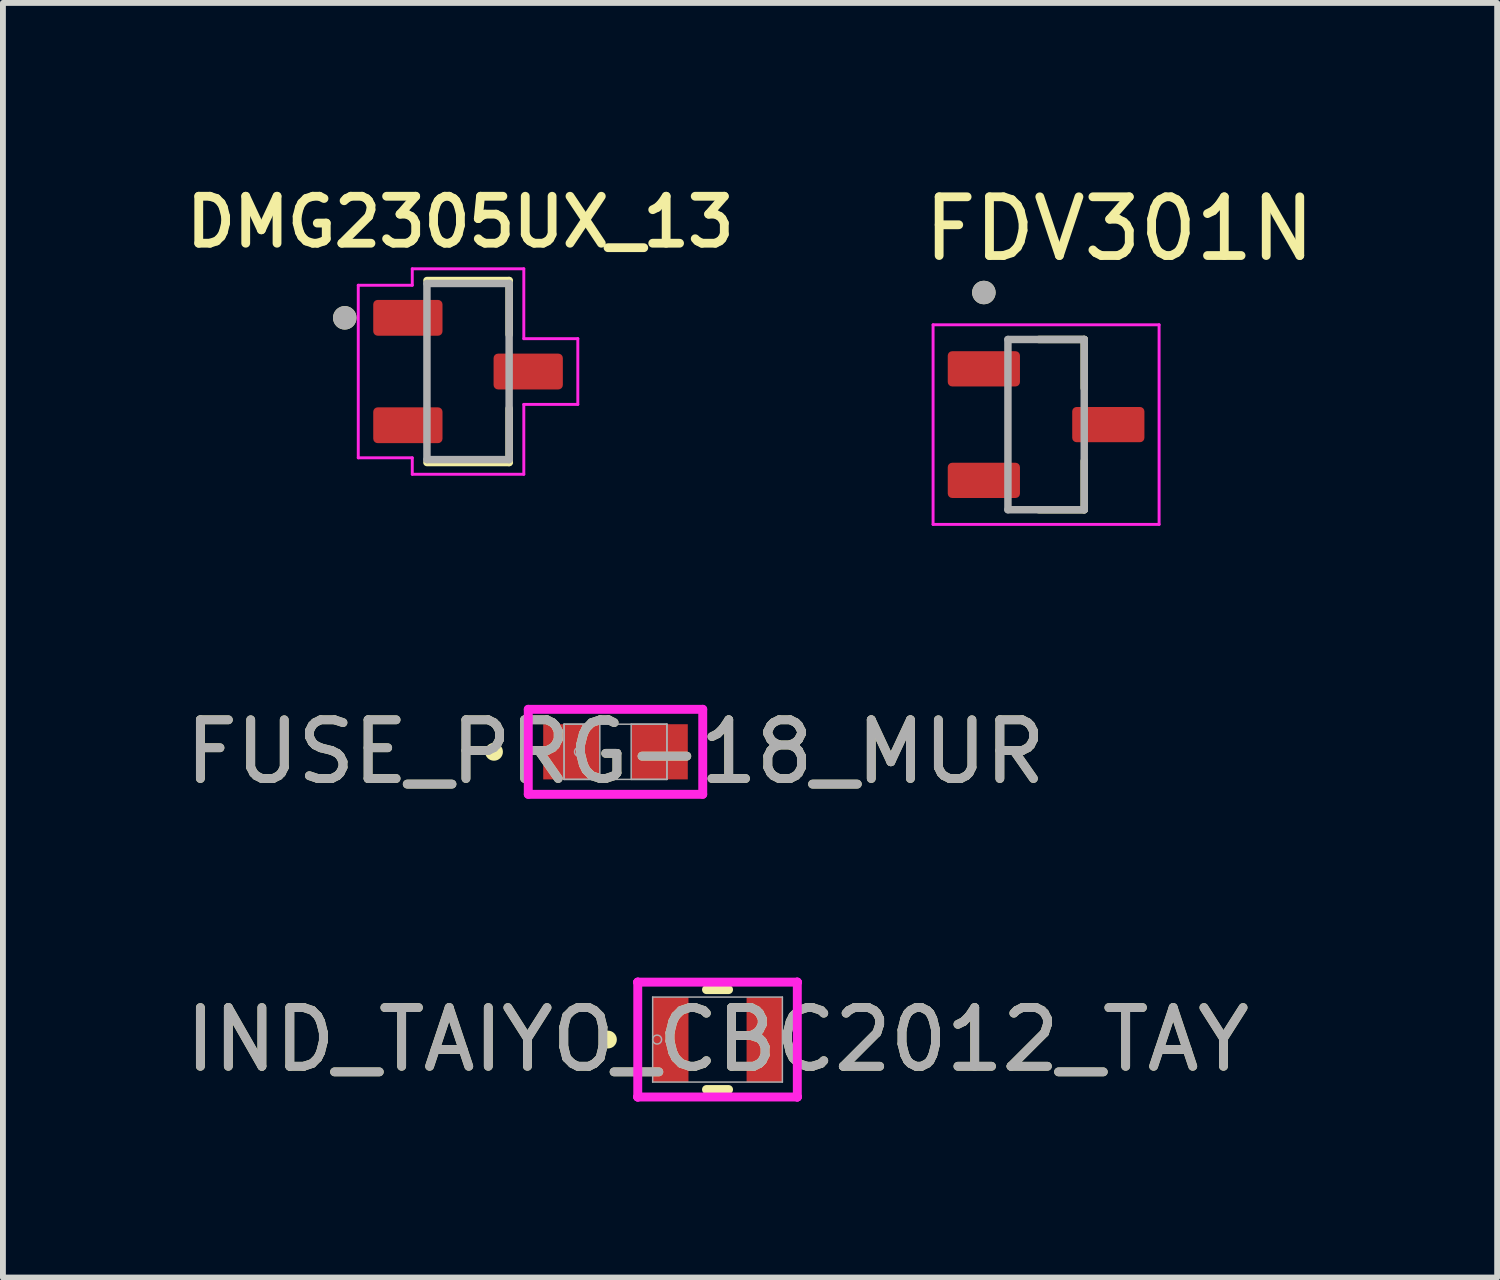
<source format=kicad_pcb>
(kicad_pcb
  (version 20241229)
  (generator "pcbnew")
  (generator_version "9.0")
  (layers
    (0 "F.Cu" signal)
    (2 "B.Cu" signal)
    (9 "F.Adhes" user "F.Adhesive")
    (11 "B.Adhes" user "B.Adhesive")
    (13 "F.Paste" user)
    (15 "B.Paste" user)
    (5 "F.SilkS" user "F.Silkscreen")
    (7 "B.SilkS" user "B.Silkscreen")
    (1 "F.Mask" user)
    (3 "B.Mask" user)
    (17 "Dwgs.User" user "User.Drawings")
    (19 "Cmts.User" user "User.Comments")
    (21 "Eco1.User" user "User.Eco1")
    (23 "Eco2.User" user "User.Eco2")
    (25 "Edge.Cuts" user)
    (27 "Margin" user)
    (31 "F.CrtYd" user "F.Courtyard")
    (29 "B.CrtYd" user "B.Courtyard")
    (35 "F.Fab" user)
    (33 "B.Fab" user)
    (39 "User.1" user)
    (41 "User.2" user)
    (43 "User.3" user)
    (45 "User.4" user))
  (footprint "FUSE_PRG-18_MUR"
    (layer "F.Cu")
    (at 7.435 9.757)
    (property "Reference" "FUSE_PRG-18_MUR" (at 0 0 0) (unlocked yes) (layer "F.SilkS") (effects (font (size 1 1) (thickness 0.15))))
    (attr smd)
    (fp_circle (center -2.07 0) (end -1.994 0) (stroke (width 0.152) (type solid)) (fill no) (layer "F.SilkS"))
    (fp_line (start -1.486 -0.724) (end 1.486 -0.724) (stroke (width 0.152) (type solid)) (layer "F.CrtYd"))
    (fp_line (start -1.486 0.724) (end -1.486 -0.724) (stroke (width 0.152) (type solid)) (layer "F.CrtYd"))
    (fp_line (start 1.486 -0.724) (end 1.486 0.724) (stroke (width 0.152) (type solid)) (layer "F.CrtYd"))
    (fp_line (start 1.486 0.724) (end -1.486 0.724) (stroke (width 0.152) (type solid)) (layer "F.CrtYd"))
    (fp_line (start -0.876 -0.47) (end -0.876 0.47) (stroke (width 0.025) (type solid)) (layer "F.Fab"))
    (fp_line (start -0.876 -0.47) (end -0.876 0.47) (stroke (width 0.025) (type solid)) (layer "F.Fab"))
    (fp_line (start -0.876 0.47) (end -0.267 0.47) (stroke (width 0.025) (type solid)) (layer "F.Fab"))
    (fp_line (start -0.876 0.47) (end 0.876 0.47) (stroke (width 0.025) (type solid)) (layer "F.Fab"))
    (fp_line (start -0.267 -0.47) (end -0.876 -0.47) (stroke (width 0.025) (type solid)) (layer "F.Fab"))
    (fp_line (start -0.267 0.47) (end -0.267 -0.47) (stroke (width 0.025) (type solid)) (layer "F.Fab"))
    (fp_line (start 0.267 -0.47) (end 0.267 0.47) (stroke (width 0.025) (type solid)) (layer "F.Fab"))
    (fp_line (start 0.267 0.47) (end 0.876 0.47) (stroke (width 0.025) (type solid)) (layer "F.Fab"))
    (fp_line (start 0.876 -0.47) (end -0.876 -0.47) (stroke (width 0.025) (type solid)) (layer "F.Fab"))
    (fp_line (start 0.876 -0.47) (end 0.267 -0.47) (stroke (width 0.025) (type solid)) (layer "F.Fab"))
    (fp_line (start 0.876 0.47) (end 0.876 -0.47) (stroke (width 0.025) (type solid)) (layer "F.Fab"))
    (fp_line (start 0.876 0.47) (end 0.876 -0.47) (stroke (width 0.025) (type solid)) (layer "F.Fab"))
    (fp_circle (center -0.622 0) (end -0.546 0) (stroke (width 0.025) (type solid)) (fill no) (layer "F.Fab"))
    (fp_text user "${REFERENCE}" (at 0 0 0) (unlocked yes) (layer "F.Fab") (effects (font (size 1 1) (thickness 0.15))))
    (pad "1" smd rect (at -0.749 0) (size 0.965 0.94) (layers "F.Cu" "F.Mask" "F.Paste"))
    (pad "2" smd rect (at 0.749 0) (size 0.965 0.94) (layers "F.Cu" "F.Mask" "F.Paste"))
    (zone (net_name "") (layer "F.Cu") (hatch full 0.508) (connect_pads) (min_thickness 0.254) (filled_areas_thickness no) (keepout (tracks not_allowed) (vias not_allowed) (pads allowed) (copperpour not_allowed) (footprints allowed)) (placement (enabled no)) (fill) (polygon (pts (xy 7.219 9.337) (xy 7.65 9.337) (xy 7.65 10.176) (xy 7.219 10.176)))))
  (footprint "FDV301N"
    (layer "F.Cu")
    (at 14.77 4.183)
    (property "Reference" "FDV301N" (at 1.25 -3.335 0) (layer "F.SilkS") (effects (font (size 1 1) (thickness 0.15))))
    (attr smd)
    (fp_line (start -0.125 -1.45) (end 0.65 -1.45) (stroke (width 0.127) (type solid)) (layer "F.SilkS"))
    (fp_line (start 0.65 -1.45) (end 0.65 -0.62) (stroke (width 0.127) (type solid)) (layer "F.SilkS"))
    (fp_line (start 0.65 1.45) (end -0.125 1.45) (stroke (width 0.127) (type solid)) (layer "F.SilkS"))
    (fp_line (start 0.65 1.45) (end 0.65 0.62) (stroke (width 0.127) (type solid)) (layer "F.SilkS"))
    (fp_circle (center -1.06 -2.25) (end -0.96 -2.25) (stroke (width 0.2) (type solid)) (fill no) (layer "F.SilkS"))
    (fp_line (start -1.925 -1.7) (end -1.925 1.7) (stroke (width 0.05) (type solid)) (layer "F.CrtYd"))
    (fp_line (start -1.925 1.7) (end 1.925 1.7) (stroke (width 0.05) (type solid)) (layer "F.CrtYd"))
    (fp_line (start 1.925 -1.7) (end -1.925 -1.7) (stroke (width 0.05) (type solid)) (layer "F.CrtYd"))
    (fp_line (start 1.925 1.7) (end 1.925 -1.7) (stroke (width 0.05) (type solid)) (layer "F.CrtYd"))
    (fp_line (start -0.65 -1.45) (end 0.65 -1.45) (stroke (width 0.127) (type solid)) (layer "F.Fab"))
    (fp_line (start -0.65 1.45) (end -0.65 -1.45) (stroke (width 0.127) (type solid)) (layer "F.Fab"))
    (fp_line (start 0.65 -1.45) (end 0.65 1.45) (stroke (width 0.127) (type solid)) (layer "F.Fab"))
    (fp_line (start 0.65 1.45) (end -0.65 1.45) (stroke (width 0.127) (type solid)) (layer "F.Fab"))
    (fp_circle (center -1.06 -2.25) (end -0.96 -2.25) (stroke (width 0.2) (type solid)) (fill no) (layer "F.Fab"))
    (pad "1" smd roundrect (at -1.06 -0.95) (size 1.23 0.6) (layers "F.Cu" "F.Mask" "F.Paste") (roundrect_rratio 0.125))
    (pad "2" smd roundrect (at -1.06 0.95) (size 1.23 0.6) (layers "F.Cu" "F.Mask" "F.Paste") (roundrect_rratio 0.125))
    (pad "3" smd roundrect (at 1.06 0) (size 1.23 0.6) (layers "F.Cu" "F.Mask" "F.Paste") (roundrect_rratio 0.125)))
  (footprint "IND_TAIYO_CBC2012_TAY"
    (layer "F.Cu")
    (at 9.173 14.659)
    (property "Reference" "IND_TAIYO_CBC2012_TAY" (at 0 0 0) (unlocked yes) (layer "F.SilkS") (effects (font (size 1 1) (thickness 0.15))))
    (attr smd)
    (fp_line (start -0.188 0.851) (end 0.188 0.851) (stroke (width 0.152) (type solid)) (layer "F.SilkS"))
    (fp_line (start 0.188 -0.851) (end -0.188 -0.851) (stroke (width 0.152) (type solid)) (layer "F.SilkS"))
    (fp_circle (center -1.867 0) (end -1.791 0) (stroke (width 0.152) (type solid)) (fill no) (layer "F.SilkS"))
    (fp_line (start -1.359 -0.978) (end -1.359 -0.978) (stroke (width 0.152) (type solid)) (layer "F.CrtYd"))
    (fp_line (start -1.359 -0.978) (end -1.359 -0.978) (stroke (width 0.152) (type solid)) (layer "F.CrtYd"))
    (fp_line (start -1.359 -0.978) (end 1.359 -0.978) (stroke (width 0.152) (type solid)) (layer "F.CrtYd"))
    (fp_line (start -1.359 0.978) (end -1.359 -0.978) (stroke (width 0.152) (type solid)) (layer "F.CrtYd"))
    (fp_line (start -1.359 0.978) (end -1.359 0.978) (stroke (width 0.152) (type solid)) (layer "F.CrtYd"))
    (fp_line (start -1.359 0.978) (end -1.359 0.978) (stroke (width 0.152) (type solid)) (layer "F.CrtYd"))
    (fp_line (start 1.359 -0.978) (end 1.359 -0.978) (stroke (width 0.152) (type solid)) (layer "F.CrtYd"))
    (fp_line (start 1.359 -0.978) (end 1.359 -0.978) (stroke (width 0.152) (type solid)) (layer "F.CrtYd"))
    (fp_line (start 1.359 -0.978) (end 1.359 0.978) (stroke (width 0.152) (type solid)) (layer "F.CrtYd"))
    (fp_line (start 1.359 0.978) (end -1.359 0.978) (stroke (width 0.152) (type solid)) (layer "F.CrtYd"))
    (fp_line (start 1.359 0.978) (end 1.359 0.978) (stroke (width 0.152) (type solid)) (layer "F.CrtYd"))
    (fp_line (start 1.359 0.978) (end 1.359 0.978) (stroke (width 0.152) (type solid)) (layer "F.CrtYd"))
    (fp_line (start -1.105 -0.724) (end -1.105 0.724) (stroke (width 0.025) (type solid)) (layer "F.Fab"))
    (fp_line (start -1.105 0.724) (end 1.105 0.724) (stroke (width 0.025) (type solid)) (layer "F.Fab"))
    (fp_line (start 1.105 -0.724) (end -1.105 -0.724) (stroke (width 0.025) (type solid)) (layer "F.Fab"))
    (fp_line (start 1.105 0.724) (end 1.105 -0.724) (stroke (width 0.025) (type solid)) (layer "F.Fab"))
    (fp_circle (center -1.029 0) (end -0.953 0) (stroke (width 0.025) (type solid)) (fill no) (layer "F.Fab"))
    (fp_text user "${REFERENCE}" (at 0 0 0) (unlocked yes) (layer "F.Fab") (effects (font (size 1 1) (thickness 0.15))))
    (pad "1" smd rect (at -0.8 0) (size 0.61 1.448) (layers "F.Cu" "F.Mask" "F.Paste"))
    (pad "2" smd rect (at 0.8 0) (size 0.61 1.448) (layers "F.Cu" "F.Mask" "F.Paste"))
    (zone (net_name "") (layer "F.Cu") (hatch full 0.508) (connect_pads) (min_thickness 0.254) (filled_areas_thickness no) (keepout (tracks not_allowed) (vias not_allowed) (pads allowed) (copperpour not_allowed) (footprints allowed)) (placement (enabled no)) (fill) (polygon (pts (xy 8.728 13.986) (xy 9.617 13.986) (xy 9.617 15.332) (xy 8.728 15.332)))))
  (footprint "DMG2305UX_13"
    (layer "F.Cu")
    (at 4.923 3.279)
    (property "Reference" "DMG2305UX_13" (at -0.13 -2.548 0) (layer "F.SilkS") (effects (font (size 0.8 0.8) (thickness 0.15))))
    (attr smd)
    (fp_line (start -0.7 -1.55) (end 0.7 -1.55) (stroke (width 0.127) (type solid)) (layer "F.SilkS"))
    (fp_line (start 0.7 -1.55) (end 0.7 -0.63) (stroke (width 0.127) (type solid)) (layer "F.SilkS"))
    (fp_line (start 0.7 0.63) (end 0.7 1.55) (stroke (width 0.127) (type solid)) (layer "F.SilkS"))
    (fp_line (start 0.7 1.55) (end -0.7 1.55) (stroke (width 0.127) (type solid)) (layer "F.SilkS"))
    (fp_circle (center -2.1 -0.915) (end -2 -0.915) (stroke (width 0.2) (type solid)) (fill no) (layer "F.SilkS"))
    (fp_line (start -1.87 -1.47) (end -0.95 -1.47) (stroke (width 0.05) (type solid)) (layer "F.CrtYd"))
    (fp_line (start -1.87 1.47) (end -1.87 -1.47) (stroke (width 0.05) (type solid)) (layer "F.CrtYd"))
    (fp_line (start -0.95 -1.75) (end 0.95 -1.75) (stroke (width 0.05) (type solid)) (layer "F.CrtYd"))
    (fp_line (start -0.95 -1.47) (end -0.95 -1.75) (stroke (width 0.05) (type solid)) (layer "F.CrtYd"))
    (fp_line (start -0.95 1.47) (end -1.87 1.47) (stroke (width 0.05) (type solid)) (layer "F.CrtYd"))
    (fp_line (start -0.95 1.75) (end -0.95 1.47) (stroke (width 0.05) (type solid)) (layer "F.CrtYd"))
    (fp_line (start 0.95 -1.75) (end 0.95 -0.56) (stroke (width 0.05) (type solid)) (layer "F.CrtYd"))
    (fp_line (start 0.95 -0.56) (end 1.87 -0.56) (stroke (width 0.05) (type solid)) (layer "F.CrtYd"))
    (fp_line (start 0.95 0.56) (end 0.95 1.75) (stroke (width 0.05) (type solid)) (layer "F.CrtYd"))
    (fp_line (start 0.95 1.75) (end -0.95 1.75) (stroke (width 0.05) (type solid)) (layer "F.CrtYd"))
    (fp_line (start 1.87 -0.56) (end 1.87 0.56) (stroke (width 0.05) (type solid)) (layer "F.CrtYd"))
    (fp_line (start 1.87 0.56) (end 0.95 0.56) (stroke (width 0.05) (type solid)) (layer "F.CrtYd"))
    (fp_line (start -0.7 -1.5) (end 0.7 -1.5) (stroke (width 0.127) (type solid)) (layer "F.Fab"))
    (fp_line (start -0.7 1.5) (end -0.7 -1.5) (stroke (width 0.127) (type solid)) (layer "F.Fab"))
    (fp_line (start 0.7 -1.5) (end 0.7 1.5) (stroke (width 0.127) (type solid)) (layer "F.Fab"))
    (fp_line (start 0.7 1.5) (end -0.7 1.5) (stroke (width 0.127) (type solid)) (layer "F.Fab"))
    (fp_circle (center -2.1 -0.915) (end -2 -0.915) (stroke (width 0.2) (type solid)) (fill no) (layer "F.Fab"))
    (pad "1" smd roundrect (at -1.025 -0.915) (size 1.18 0.61) (layers "F.Cu" "F.Mask" "F.Paste") (roundrect_rratio 0.125))
    (pad "2" smd roundrect (at -1.025 0.915) (size 1.18 0.61) (layers "F.Cu" "F.Mask" "F.Paste") (roundrect_rratio 0.125))
    (pad "3" smd roundrect (at 1.025 0) (size 1.18 0.61) (layers "F.Cu" "F.Mask" "F.Paste") (roundrect_rratio 0.125)))
  (gr_rect
    (start -3 -3)
    (end 22.454 18.713)
    (stroke (width 0.1) (type default))
    (fill no)
    (layer "Edge.Cuts")))
</source>
